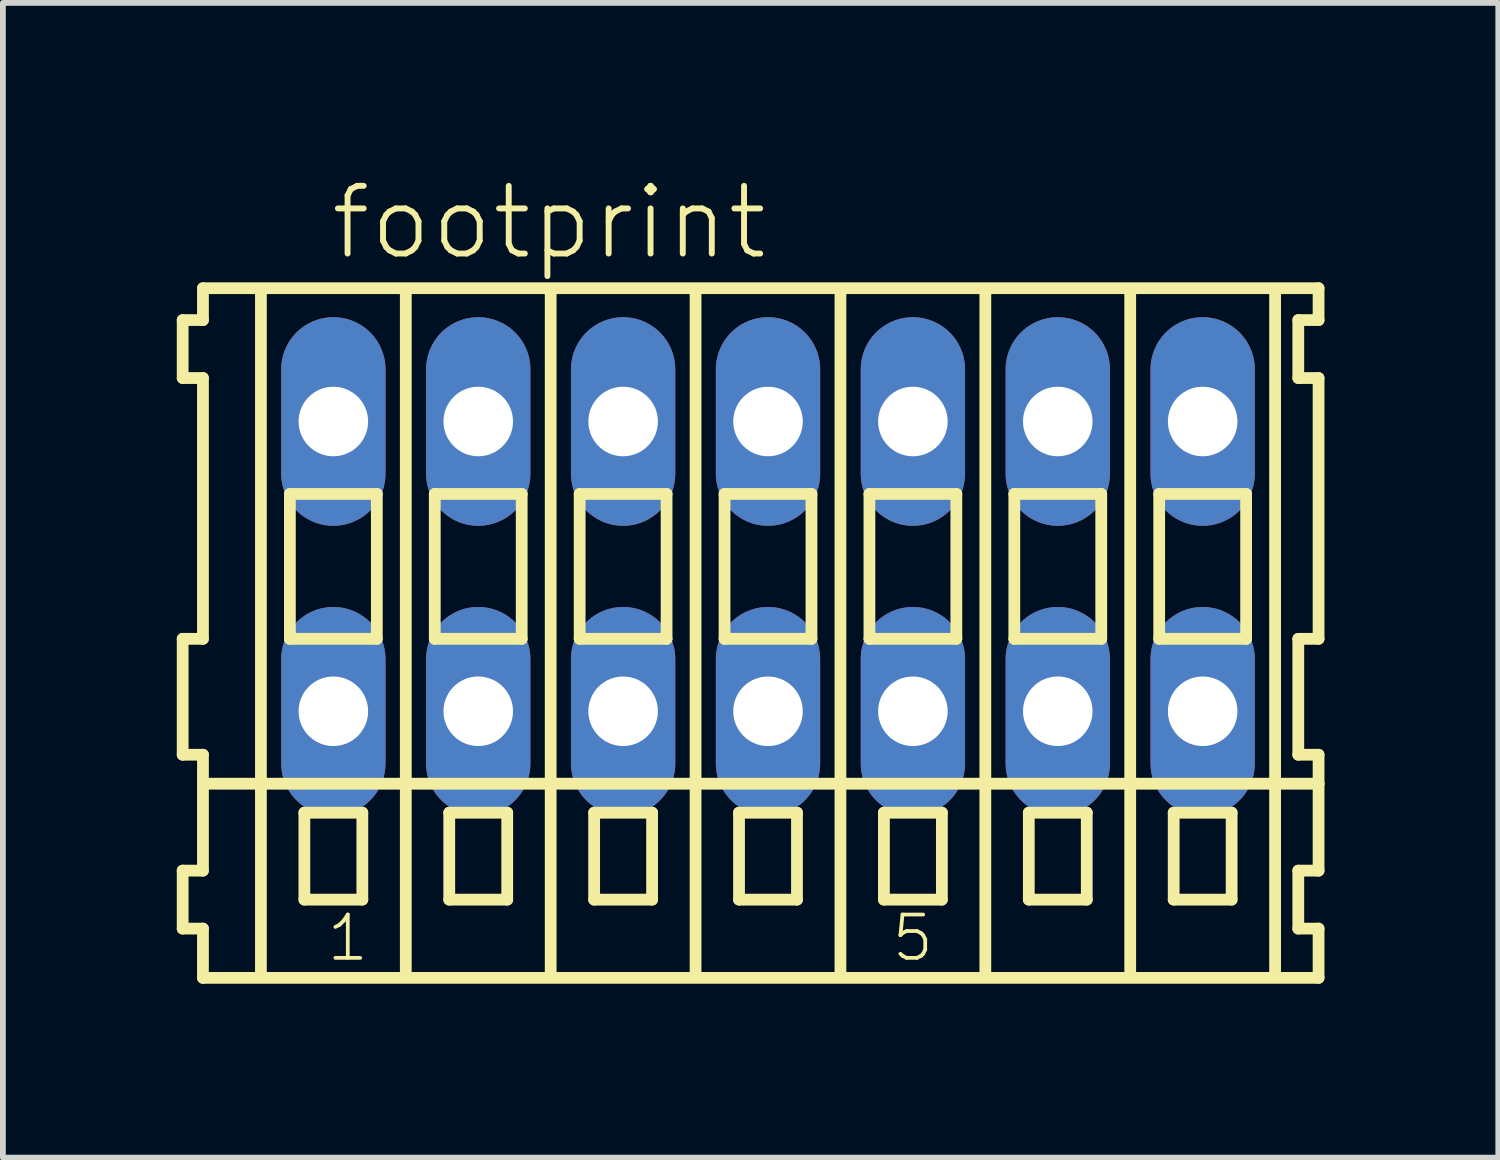
<source format=kicad_pcb>
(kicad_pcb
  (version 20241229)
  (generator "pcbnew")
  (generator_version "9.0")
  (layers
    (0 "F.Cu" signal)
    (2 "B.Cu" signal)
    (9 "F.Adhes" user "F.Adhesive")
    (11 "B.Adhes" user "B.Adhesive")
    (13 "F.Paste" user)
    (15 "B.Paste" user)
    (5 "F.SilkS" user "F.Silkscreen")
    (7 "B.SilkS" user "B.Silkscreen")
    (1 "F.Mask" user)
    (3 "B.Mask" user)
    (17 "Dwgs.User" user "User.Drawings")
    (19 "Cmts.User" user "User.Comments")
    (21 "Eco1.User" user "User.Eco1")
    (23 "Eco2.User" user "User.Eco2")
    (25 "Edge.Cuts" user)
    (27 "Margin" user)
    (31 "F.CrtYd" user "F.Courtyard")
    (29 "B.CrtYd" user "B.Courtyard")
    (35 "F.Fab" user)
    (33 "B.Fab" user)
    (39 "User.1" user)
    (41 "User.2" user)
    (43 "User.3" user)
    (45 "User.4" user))
  (footprint "footprint"
    (layer "F.Cu")
    (at 10.202 6.723)
    (property "Reference" "footprint" (at -7.6 -5.25 0) (layer "F.SilkS") (effects (font (size 1.168 1.168) (thickness 0.102)) (justify left bottom)))
    (fp_line (start -10.1 -4.25) (end -10.1 -3.25) (stroke (width 0.203) (type solid)) (layer "F.SilkS"))
    (fp_line (start -10.1 -3.25) (end -9.75 -3.25) (stroke (width 0.203) (type solid)) (layer "F.SilkS"))
    (fp_line (start -10.1 1.25) (end -10.1 3.25) (stroke (width 0.203) (type solid)) (layer "F.SilkS"))
    (fp_line (start -10.1 3.25) (end -9.75 3.25) (stroke (width 0.203) (type solid)) (layer "F.SilkS"))
    (fp_line (start -10.1 5.25) (end -10.1 6.25) (stroke (width 0.203) (type solid)) (layer "F.SilkS"))
    (fp_line (start -10.1 6.25) (end -9.75 6.25) (stroke (width 0.203) (type solid)) (layer "F.SilkS"))
    (fp_line (start -9.75 -4.8) (end -9.75 -4.25) (stroke (width 0.203) (type solid)) (layer "F.SilkS"))
    (fp_line (start -9.75 -4.25) (end -10.1 -4.25) (stroke (width 0.203) (type solid)) (layer "F.SilkS"))
    (fp_line (start -9.75 -3.25) (end -9.75 1.25) (stroke (width 0.203) (type solid)) (layer "F.SilkS"))
    (fp_line (start -9.75 1.25) (end -10.1 1.25) (stroke (width 0.203) (type solid)) (layer "F.SilkS"))
    (fp_line (start -9.75 3.25) (end -9.75 5.25) (stroke (width 0.203) (type solid)) (layer "F.SilkS"))
    (fp_line (start -9.75 3.75) (end 9.5 3.75) (stroke (width 0.203) (type solid)) (layer "F.SilkS"))
    (fp_line (start -9.75 5.25) (end -10.1 5.25) (stroke (width 0.203) (type solid)) (layer "F.SilkS"))
    (fp_line (start -9.75 6.25) (end -9.75 7.1) (stroke (width 0.203) (type solid)) (layer "F.SilkS"))
    (fp_line (start -9.75 7.1) (end 9.5 7.1) (stroke (width 0.203) (type solid)) (layer "F.SilkS"))
    (fp_line (start -8.75 -4.75) (end -8.75 7) (stroke (width 0.203) (type solid)) (layer "F.SilkS"))
    (fp_line (start -8.25 -1.25) (end -8.25 1.25) (stroke (width 0.203) (type solid)) (layer "F.SilkS"))
    (fp_line (start -8.25 1.25) (end -6.75 1.25) (stroke (width 0.203) (type solid)) (layer "F.SilkS"))
    (fp_line (start -8 4.25) (end -8 5.75) (stroke (width 0.203) (type solid)) (layer "F.SilkS"))
    (fp_line (start -8 5.75) (end -7 5.75) (stroke (width 0.203) (type solid)) (layer "F.SilkS"))
    (fp_line (start -7 4.25) (end -8 4.25) (stroke (width 0.203) (type solid)) (layer "F.SilkS"))
    (fp_line (start -7 5.75) (end -7 4.25) (stroke (width 0.203) (type solid)) (layer "F.SilkS"))
    (fp_line (start -6.75 -1.25) (end -8.25 -1.25) (stroke (width 0.203) (type solid)) (layer "F.SilkS"))
    (fp_line (start -6.75 1.25) (end -6.75 -1.25) (stroke (width 0.203) (type solid)) (layer "F.SilkS"))
    (fp_line (start -6.25 -4.75) (end -6.25 7) (stroke (width 0.203) (type solid)) (layer "F.SilkS"))
    (fp_line (start -5.75 -1.25) (end -5.75 1.25) (stroke (width 0.203) (type solid)) (layer "F.SilkS"))
    (fp_line (start -5.75 1.25) (end -4.25 1.25) (stroke (width 0.203) (type solid)) (layer "F.SilkS"))
    (fp_line (start -5.5 4.25) (end -5.5 5.75) (stroke (width 0.203) (type solid)) (layer "F.SilkS"))
    (fp_line (start -5.5 5.75) (end -4.5 5.75) (stroke (width 0.203) (type solid)) (layer "F.SilkS"))
    (fp_line (start -4.5 4.25) (end -5.5 4.25) (stroke (width 0.203) (type solid)) (layer "F.SilkS"))
    (fp_line (start -4.5 5.75) (end -4.5 4.25) (stroke (width 0.203) (type solid)) (layer "F.SilkS"))
    (fp_line (start -4.25 -1.25) (end -5.75 -1.25) (stroke (width 0.203) (type solid)) (layer "F.SilkS"))
    (fp_line (start -4.25 1.25) (end -4.25 -1.25) (stroke (width 0.203) (type solid)) (layer "F.SilkS"))
    (fp_line (start -3.75 -4.75) (end -3.75 7) (stroke (width 0.203) (type solid)) (layer "F.SilkS"))
    (fp_line (start -3.25 -1.25) (end -3.25 1.25) (stroke (width 0.203) (type solid)) (layer "F.SilkS"))
    (fp_line (start -3.25 1.25) (end -1.75 1.25) (stroke (width 0.203) (type solid)) (layer "F.SilkS"))
    (fp_line (start -3 4.25) (end -3 5.75) (stroke (width 0.203) (type solid)) (layer "F.SilkS"))
    (fp_line (start -3 5.75) (end -2 5.75) (stroke (width 0.203) (type solid)) (layer "F.SilkS"))
    (fp_line (start -2 4.25) (end -3 4.25) (stroke (width 0.203) (type solid)) (layer "F.SilkS"))
    (fp_line (start -2 5.75) (end -2 4.25) (stroke (width 0.203) (type solid)) (layer "F.SilkS"))
    (fp_line (start -1.75 -1.25) (end -3.25 -1.25) (stroke (width 0.203) (type solid)) (layer "F.SilkS"))
    (fp_line (start -1.75 1.25) (end -1.75 -1.25) (stroke (width 0.203) (type solid)) (layer "F.SilkS"))
    (fp_line (start -1.25 -4.75) (end -1.25 7) (stroke (width 0.203) (type solid)) (layer "F.SilkS"))
    (fp_line (start -0.75 -1.25) (end -0.75 1.25) (stroke (width 0.203) (type solid)) (layer "F.SilkS"))
    (fp_line (start -0.75 1.25) (end 0.75 1.25) (stroke (width 0.203) (type solid)) (layer "F.SilkS"))
    (fp_line (start -0.5 4.25) (end -0.5 5.75) (stroke (width 0.203) (type solid)) (layer "F.SilkS"))
    (fp_line (start -0.5 5.75) (end 0.5 5.75) (stroke (width 0.203) (type solid)) (layer "F.SilkS"))
    (fp_line (start 0.5 4.25) (end -0.5 4.25) (stroke (width 0.203) (type solid)) (layer "F.SilkS"))
    (fp_line (start 0.5 5.75) (end 0.5 4.25) (stroke (width 0.203) (type solid)) (layer "F.SilkS"))
    (fp_line (start 0.75 -1.25) (end -0.75 -1.25) (stroke (width 0.203) (type solid)) (layer "F.SilkS"))
    (fp_line (start 0.75 1.25) (end 0.75 -1.25) (stroke (width 0.203) (type solid)) (layer "F.SilkS"))
    (fp_line (start 1.25 -4.75) (end 1.25 7) (stroke (width 0.203) (type solid)) (layer "F.SilkS"))
    (fp_line (start 1.75 -1.25) (end 1.75 1.25) (stroke (width 0.203) (type solid)) (layer "F.SilkS"))
    (fp_line (start 1.75 1.25) (end 3.25 1.25) (stroke (width 0.203) (type solid)) (layer "F.SilkS"))
    (fp_line (start 2 4.25) (end 2 5.75) (stroke (width 0.203) (type solid)) (layer "F.SilkS"))
    (fp_line (start 2 5.75) (end 3 5.75) (stroke (width 0.203) (type solid)) (layer "F.SilkS"))
    (fp_line (start 3 4.25) (end 2 4.25) (stroke (width 0.203) (type solid)) (layer "F.SilkS"))
    (fp_line (start 3 5.75) (end 3 4.25) (stroke (width 0.203) (type solid)) (layer "F.SilkS"))
    (fp_line (start 3.25 -1.25) (end 1.75 -1.25) (stroke (width 0.203) (type solid)) (layer "F.SilkS"))
    (fp_line (start 3.25 1.25) (end 3.25 -1.25) (stroke (width 0.203) (type solid)) (layer "F.SilkS"))
    (fp_line (start 3.75 -4.75) (end 3.75 7) (stroke (width 0.203) (type solid)) (layer "F.SilkS"))
    (fp_line (start 4.25 -1.25) (end 4.25 1.25) (stroke (width 0.203) (type solid)) (layer "F.SilkS"))
    (fp_line (start 4.25 1.25) (end 5.75 1.25) (stroke (width 0.203) (type solid)) (layer "F.SilkS"))
    (fp_line (start 4.5 4.25) (end 4.5 5.75) (stroke (width 0.203) (type solid)) (layer "F.SilkS"))
    (fp_line (start 4.5 5.75) (end 5.5 5.75) (stroke (width 0.203) (type solid)) (layer "F.SilkS"))
    (fp_line (start 5.5 4.25) (end 4.5 4.25) (stroke (width 0.203) (type solid)) (layer "F.SilkS"))
    (fp_line (start 5.5 5.75) (end 5.5 4.25) (stroke (width 0.203) (type solid)) (layer "F.SilkS"))
    (fp_line (start 5.75 -1.25) (end 4.25 -1.25) (stroke (width 0.203) (type solid)) (layer "F.SilkS"))
    (fp_line (start 5.75 1.25) (end 5.75 -1.25) (stroke (width 0.203) (type solid)) (layer "F.SilkS"))
    (fp_line (start 6.25 -4.75) (end 6.25 7) (stroke (width 0.203) (type solid)) (layer "F.SilkS"))
    (fp_line (start 6.75 -1.25) (end 6.75 1.25) (stroke (width 0.203) (type solid)) (layer "F.SilkS"))
    (fp_line (start 6.75 1.25) (end 8.25 1.25) (stroke (width 0.203) (type solid)) (layer "F.SilkS"))
    (fp_line (start 7 4.25) (end 7 5.75) (stroke (width 0.203) (type solid)) (layer "F.SilkS"))
    (fp_line (start 7 5.75) (end 8 5.75) (stroke (width 0.203) (type solid)) (layer "F.SilkS"))
    (fp_line (start 8 4.25) (end 7 4.25) (stroke (width 0.203) (type solid)) (layer "F.SilkS"))
    (fp_line (start 8 5.75) (end 8 4.25) (stroke (width 0.203) (type solid)) (layer "F.SilkS"))
    (fp_line (start 8.25 -1.25) (end 6.75 -1.25) (stroke (width 0.203) (type solid)) (layer "F.SilkS"))
    (fp_line (start 8.25 1.25) (end 8.25 -1.25) (stroke (width 0.203) (type solid)) (layer "F.SilkS"))
    (fp_line (start 8.75 -4.75) (end 8.75 7) (stroke (width 0.203) (type solid)) (layer "F.SilkS"))
    (fp_line (start 9.15 -4.25) (end 9.15 -3.25) (stroke (width 0.203) (type solid)) (layer "F.SilkS"))
    (fp_line (start 9.15 -3.25) (end 9.5 -3.25) (stroke (width 0.203) (type solid)) (layer "F.SilkS"))
    (fp_line (start 9.15 1.25) (end 9.15 3.25) (stroke (width 0.203) (type solid)) (layer "F.SilkS"))
    (fp_line (start 9.15 3.25) (end 9.5 3.25) (stroke (width 0.203) (type solid)) (layer "F.SilkS"))
    (fp_line (start 9.15 5.25) (end 9.15 6.25) (stroke (width 0.203) (type solid)) (layer "F.SilkS"))
    (fp_line (start 9.15 6.25) (end 9.5 6.25) (stroke (width 0.203) (type solid)) (layer "F.SilkS"))
    (fp_line (start 9.5 -4.8) (end -9.75 -4.8) (stroke (width 0.203) (type solid)) (layer "F.SilkS"))
    (fp_line (start 9.5 -4.25) (end 9.15 -4.25) (stroke (width 0.203) (type solid)) (layer "F.SilkS"))
    (fp_line (start 9.5 -4.25) (end 9.5 -4.8) (stroke (width 0.203) (type solid)) (layer "F.SilkS"))
    (fp_line (start 9.5 1.25) (end 9.15 1.25) (stroke (width 0.203) (type solid)) (layer "F.SilkS"))
    (fp_line (start 9.5 1.25) (end 9.5 -3.25) (stroke (width 0.203) (type solid)) (layer "F.SilkS"))
    (fp_line (start 9.5 3.75) (end 9.5 3.25) (stroke (width 0.203) (type solid)) (layer "F.SilkS"))
    (fp_line (start 9.5 5.25) (end 9.15 5.25) (stroke (width 0.203) (type solid)) (layer "F.SilkS"))
    (fp_line (start 9.5 5.25) (end 9.5 3.75) (stroke (width 0.203) (type solid)) (layer "F.SilkS"))
    (fp_line (start 9.5 7.1) (end 9.5 6.25) (stroke (width 0.203) (type solid)) (layer "F.SilkS"))
    (fp_text user "5" (at 2.1 6.85 0) (layer "F.SilkS") (effects (font (size 0.748 0.748) (thickness 0.065)) (justify left bottom)))
    (fp_text user "1" (at -7.65 6.85 0) (layer "F.SilkS") (effects (font (size 0.748 0.748) (thickness 0.065)) (justify left bottom)))
    (pad "A1" thru_hole oval (at -7.5 -2.5 90) (size 3.6 1.8) (drill 1.2) (layers "*.Cu" "*.Mask"))
    (pad "A2" thru_hole oval (at -5 -2.5 90) (size 3.6 1.8) (drill 1.2) (layers "*.Cu" "*.Mask"))
    (pad "A3" thru_hole oval (at -2.5 -2.5 90) (size 3.6 1.8) (drill 1.2) (layers "*.Cu" "*.Mask"))
    (pad "A4" thru_hole oval (at 0 -2.5 90) (size 3.6 1.8) (drill 1.2) (layers "*.Cu" "*.Mask"))
    (pad "A5" thru_hole oval (at 2.5 -2.5 90) (size 3.6 1.8) (drill 1.2) (layers "*.Cu" "*.Mask"))
    (pad "A6" thru_hole oval (at 5 -2.5 90) (size 3.6 1.8) (drill 1.2) (layers "*.Cu" "*.Mask"))
    (pad "A7" thru_hole oval (at 7.5 -2.5 90) (size 3.6 1.8) (drill 1.2) (layers "*.Cu" "*.Mask"))
    (pad "B1" thru_hole oval (at -7.5 2.5 90) (size 3.6 1.8) (drill 1.2) (layers "*.Cu" "*.Mask"))
    (pad "B2" thru_hole oval (at -5 2.5 90) (size 3.6 1.8) (drill 1.2) (layers "*.Cu" "*.Mask"))
    (pad "B3" thru_hole oval (at -2.5 2.5 90) (size 3.6 1.8) (drill 1.2) (layers "*.Cu" "*.Mask"))
    (pad "B4" thru_hole oval (at 0 2.5 90) (size 3.6 1.8) (drill 1.2) (layers "*.Cu" "*.Mask"))
    (pad "B5" thru_hole oval (at 2.5 2.5 90) (size 3.6 1.8) (drill 1.2) (layers "*.Cu" "*.Mask"))
    (pad "B6" thru_hole oval (at 5 2.5 90) (size 3.6 1.8) (drill 1.2) (layers "*.Cu" "*.Mask"))
    (pad "B7" thru_hole oval (at 7.5 2.5 90) (size 3.6 1.8) (drill 1.2) (layers "*.Cu" "*.Mask")))
  (gr_rect
    (start -3 -3)
    (end 22.803 16.925)
    (stroke (width 0.1) (type default))
    (fill no)
    (layer "Edge.Cuts")))
</source>
